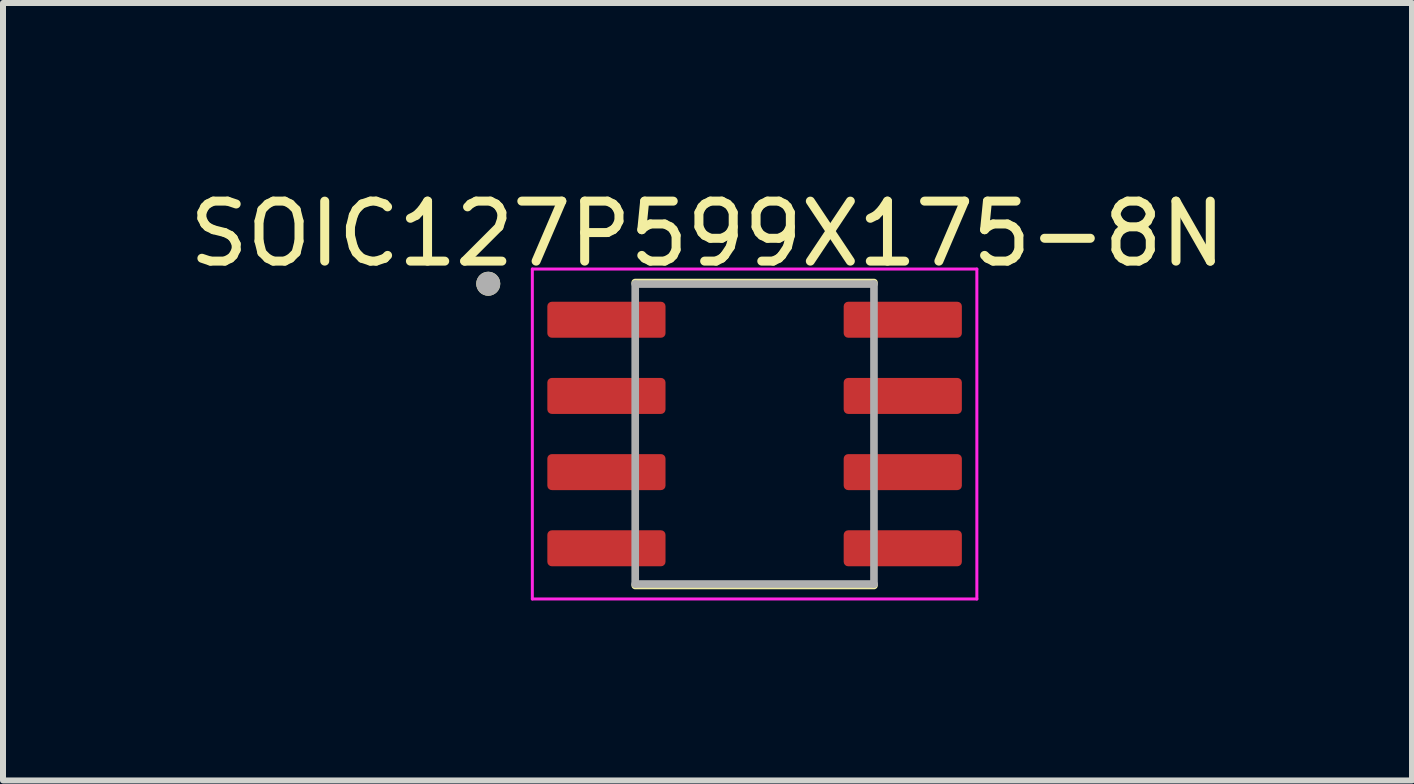
<source format=kicad_pcb>
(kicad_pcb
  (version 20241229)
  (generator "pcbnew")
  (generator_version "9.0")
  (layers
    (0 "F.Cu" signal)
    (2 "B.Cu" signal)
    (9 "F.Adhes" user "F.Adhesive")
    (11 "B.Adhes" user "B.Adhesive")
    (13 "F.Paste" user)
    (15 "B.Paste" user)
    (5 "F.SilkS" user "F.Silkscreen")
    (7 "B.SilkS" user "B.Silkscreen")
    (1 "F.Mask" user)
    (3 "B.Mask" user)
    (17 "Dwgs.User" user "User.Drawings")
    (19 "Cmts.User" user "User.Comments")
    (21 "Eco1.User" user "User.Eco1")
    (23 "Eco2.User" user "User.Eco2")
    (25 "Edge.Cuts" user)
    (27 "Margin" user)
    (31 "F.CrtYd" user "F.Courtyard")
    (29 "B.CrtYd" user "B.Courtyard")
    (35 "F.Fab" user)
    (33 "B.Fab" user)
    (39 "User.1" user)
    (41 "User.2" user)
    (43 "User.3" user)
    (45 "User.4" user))
  (footprint "SOIC127P599X175-8N"
    (layer "F.Cu")
    (at 9.529 4.185)
    (property "Reference" "SOIC127P599X175-8N" (at -0.785 -3.337 0) (layer "F.SilkS") (effects (font (size 1 1) (thickness 0.15))))
    (attr smd)
    (fp_line (start -1.99 -2.525) (end 1.99 -2.525) (stroke (width 0.127) (type solid)) (layer "F.SilkS"))
    (fp_line (start -1.99 2.525) (end 1.99 2.525) (stroke (width 0.127) (type solid)) (layer "F.SilkS"))
    (fp_circle (center -4.44 -2.505) (end -4.34 -2.505) (stroke (width 0.2) (type solid)) (fill no) (layer "F.SilkS"))
    (fp_line (start -3.705 -2.75) (end -3.705 2.75) (stroke (width 0.05) (type solid)) (layer "F.CrtYd"))
    (fp_line (start -3.705 -2.75) (end 3.705 -2.75) (stroke (width 0.05) (type solid)) (layer "F.CrtYd"))
    (fp_line (start -3.705 2.75) (end 3.705 2.75) (stroke (width 0.05) (type solid)) (layer "F.CrtYd"))
    (fp_line (start 3.705 -2.75) (end 3.705 2.75) (stroke (width 0.05) (type solid)) (layer "F.CrtYd"))
    (fp_line (start -1.99 -2.5) (end -1.99 2.5) (stroke (width 0.127) (type solid)) (layer "F.Fab"))
    (fp_line (start -1.99 -2.5) (end 1.99 -2.5) (stroke (width 0.127) (type solid)) (layer "F.Fab"))
    (fp_line (start -1.99 2.5) (end 1.99 2.5) (stroke (width 0.127) (type solid)) (layer "F.Fab"))
    (fp_line (start 1.99 -2.5) (end 1.99 2.5) (stroke (width 0.127) (type solid)) (layer "F.Fab"))
    (fp_circle (center -4.44 -2.505) (end -4.34 -2.505) (stroke (width 0.2) (type solid)) (fill no) (layer "F.Fab"))
    (pad "1" smd roundrect (at -2.47 -1.905) (size 1.97 0.6) (layers "F.Cu" "F.Mask" "F.Paste") (roundrect_rratio 0.125))
    (pad "2" smd roundrect (at -2.47 -0.635) (size 1.97 0.6) (layers "F.Cu" "F.Mask" "F.Paste") (roundrect_rratio 0.125))
    (pad "3" smd roundrect (at -2.47 0.635) (size 1.97 0.6) (layers "F.Cu" "F.Mask" "F.Paste") (roundrect_rratio 0.125))
    (pad "4" smd roundrect (at -2.47 1.905) (size 1.97 0.6) (layers "F.Cu" "F.Mask" "F.Paste") (roundrect_rratio 0.125))
    (pad "5" smd roundrect (at 2.47 1.905) (size 1.97 0.6) (layers "F.Cu" "F.Mask" "F.Paste") (roundrect_rratio 0.125))
    (pad "6" smd roundrect (at 2.47 0.635) (size 1.97 0.6) (layers "F.Cu" "F.Mask" "F.Paste") (roundrect_rratio 0.125))
    (pad "7" smd roundrect (at 2.47 -0.635) (size 1.97 0.6) (layers "F.Cu" "F.Mask" "F.Paste") (roundrect_rratio 0.125))
    (pad "8" smd roundrect (at 2.47 -1.905) (size 1.97 0.6) (layers "F.Cu" "F.Mask" "F.Paste") (roundrect_rratio 0.125)))
  (gr_rect
    (start -3 -3)
    (end 20.488 9.96)
    (stroke (width 0.1) (type default))
    (fill no)
    (layer "Edge.Cuts")))
</source>
